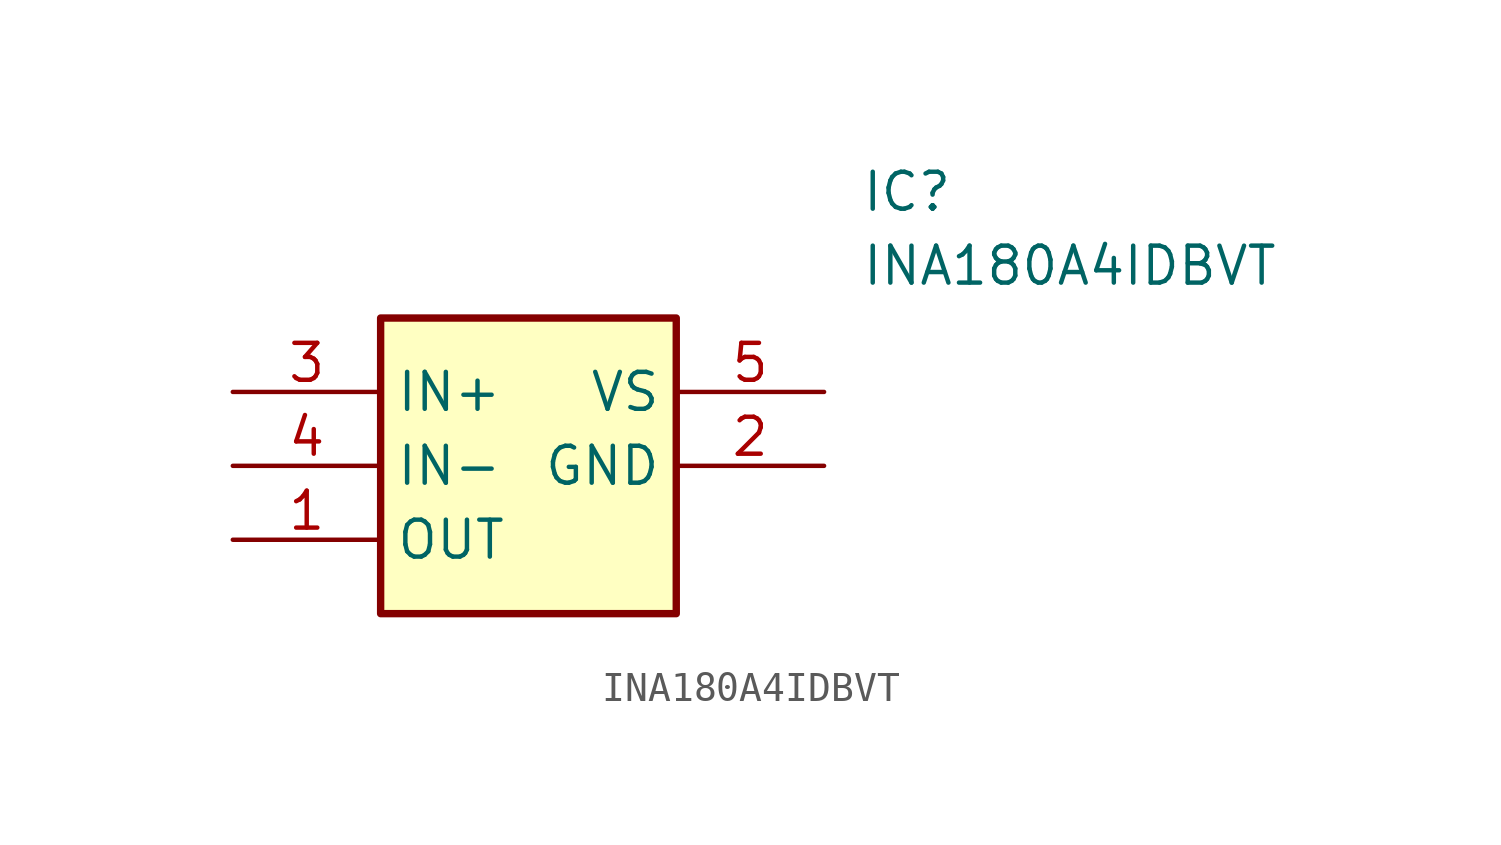
<source format=kicad_sym>
(kicad_symbol_lib
  (version 20220914)
  (generator kicad_symbol_editor)
  (symbol "INA180A4IDBVT"
    (property "Reference" "IC"
      (at 21.59 7.62 0)
      (effects (font (size 1.27 1.27)) (justify left top)))
    (property "Value" "INA180A4IDBVT"
      (at 21.59 5.08 0)
      (effects (font (size 1.27 1.27)) (justify left top)))
    (symbol "INA180A4IDBVT_1_1"
      (rectangle (start 5.08 2.54) (end 15.24 -7.62) (stroke (width 0.254) (type default)) (fill (type background)))
      (pin output line (at 0 -5.08 0) (length 5.08) (name "OUT" (effects (font (size 1.27 1.27)))) (number "1" (effects (font (size 1.27 1.27)))))
      (pin power_in line (at 20.32 -2.54 180) (length 5.08) (name "GND" (effects (font (size 1.27 1.27)))) (number "2" (effects (font (size 1.27 1.27)))))
      (pin input line (at 0 0 0) (length 5.08) (name "IN+" (effects (font (size 1.27 1.27)))) (number "3" (effects (font (size 1.27 1.27)))))
      (pin input line (at 0 -2.54 0) (length 5.08) (name "IN-" (effects (font (size 1.27 1.27)))) (number "4" (effects (font (size 1.27 1.27)))))
      (pin power_in line (at 20.32 0 180) (length 5.08) (name "VS" (effects (font (size 1.27 1.27)))) (number "5" (effects (font (size 1.27 1.27))))))))
</source>
